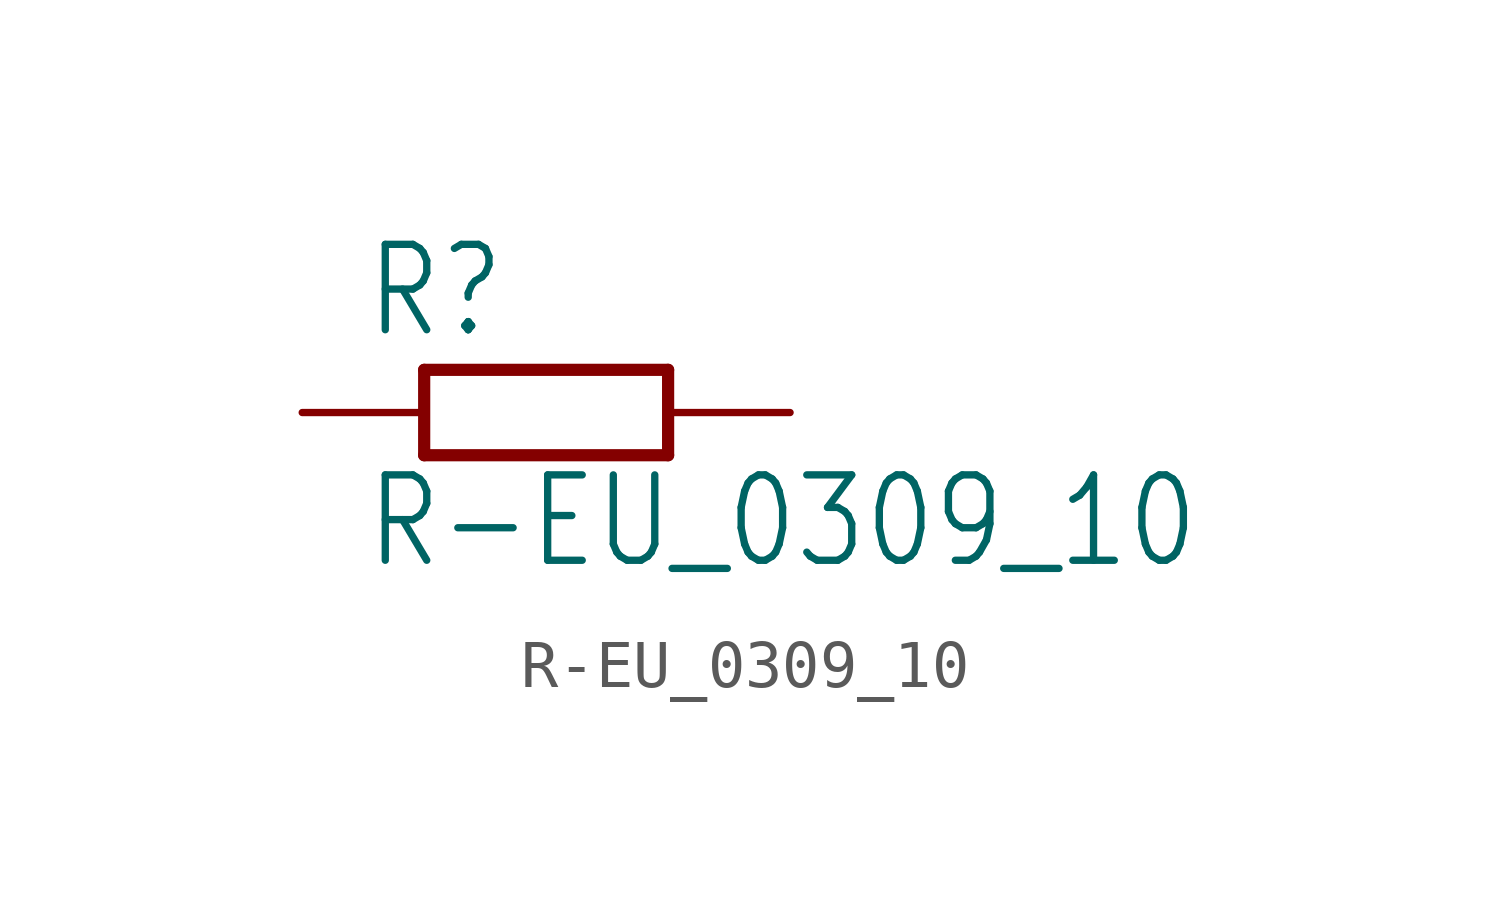
<source format=kicad_sym>
(kicad_symbol_lib
  (version 20201005)
  (generator kicad_symbol_editor)
  (symbol "R-EU_0309_10"
    (property "Reference" "R"
      (at -3.81 1.499 0)
      (effects (font (size 1.778 1.511)) (justify left bottom)))
    (property "Value" "R-EU_0309_10"
      (at -3.81 -3.302 0)
      (effects (font (size 1.778 1.511)) (justify left bottom)))
    (property "ki_locked" ""
      (at 0 0 0)
      (effects (font (size 1.27 1.27))))
    (symbol "R-EU_0309_10_1_0"
      (polyline (pts (xy -2.54 -0.889) (xy 2.54 -0.889)) (stroke (width 0.254)) (fill (type none)))
      (polyline (pts (xy 2.54 0.889) (xy -2.54 0.889)) (stroke (width 0.254)) (fill (type none)))
      (polyline (pts (xy 2.54 -0.889) (xy 2.54 0.889)) (stroke (width 0.254)) (fill (type none)))
      (polyline (pts (xy -2.54 -0.889) (xy -2.54 0.889)) (stroke (width 0.254)) (fill (type none)))
      (pin passive line (at 5.08 0 180) (length 2.54) (name "2" (effects (font (size 0 0)))) (number "2" (effects (font (size 0 0)))))
      (pin passive line (at -5.08 0 0) (length 2.54) (name "1" (effects (font (size 0 0)))) (number "1" (effects (font (size 0 0))))))))
</source>
